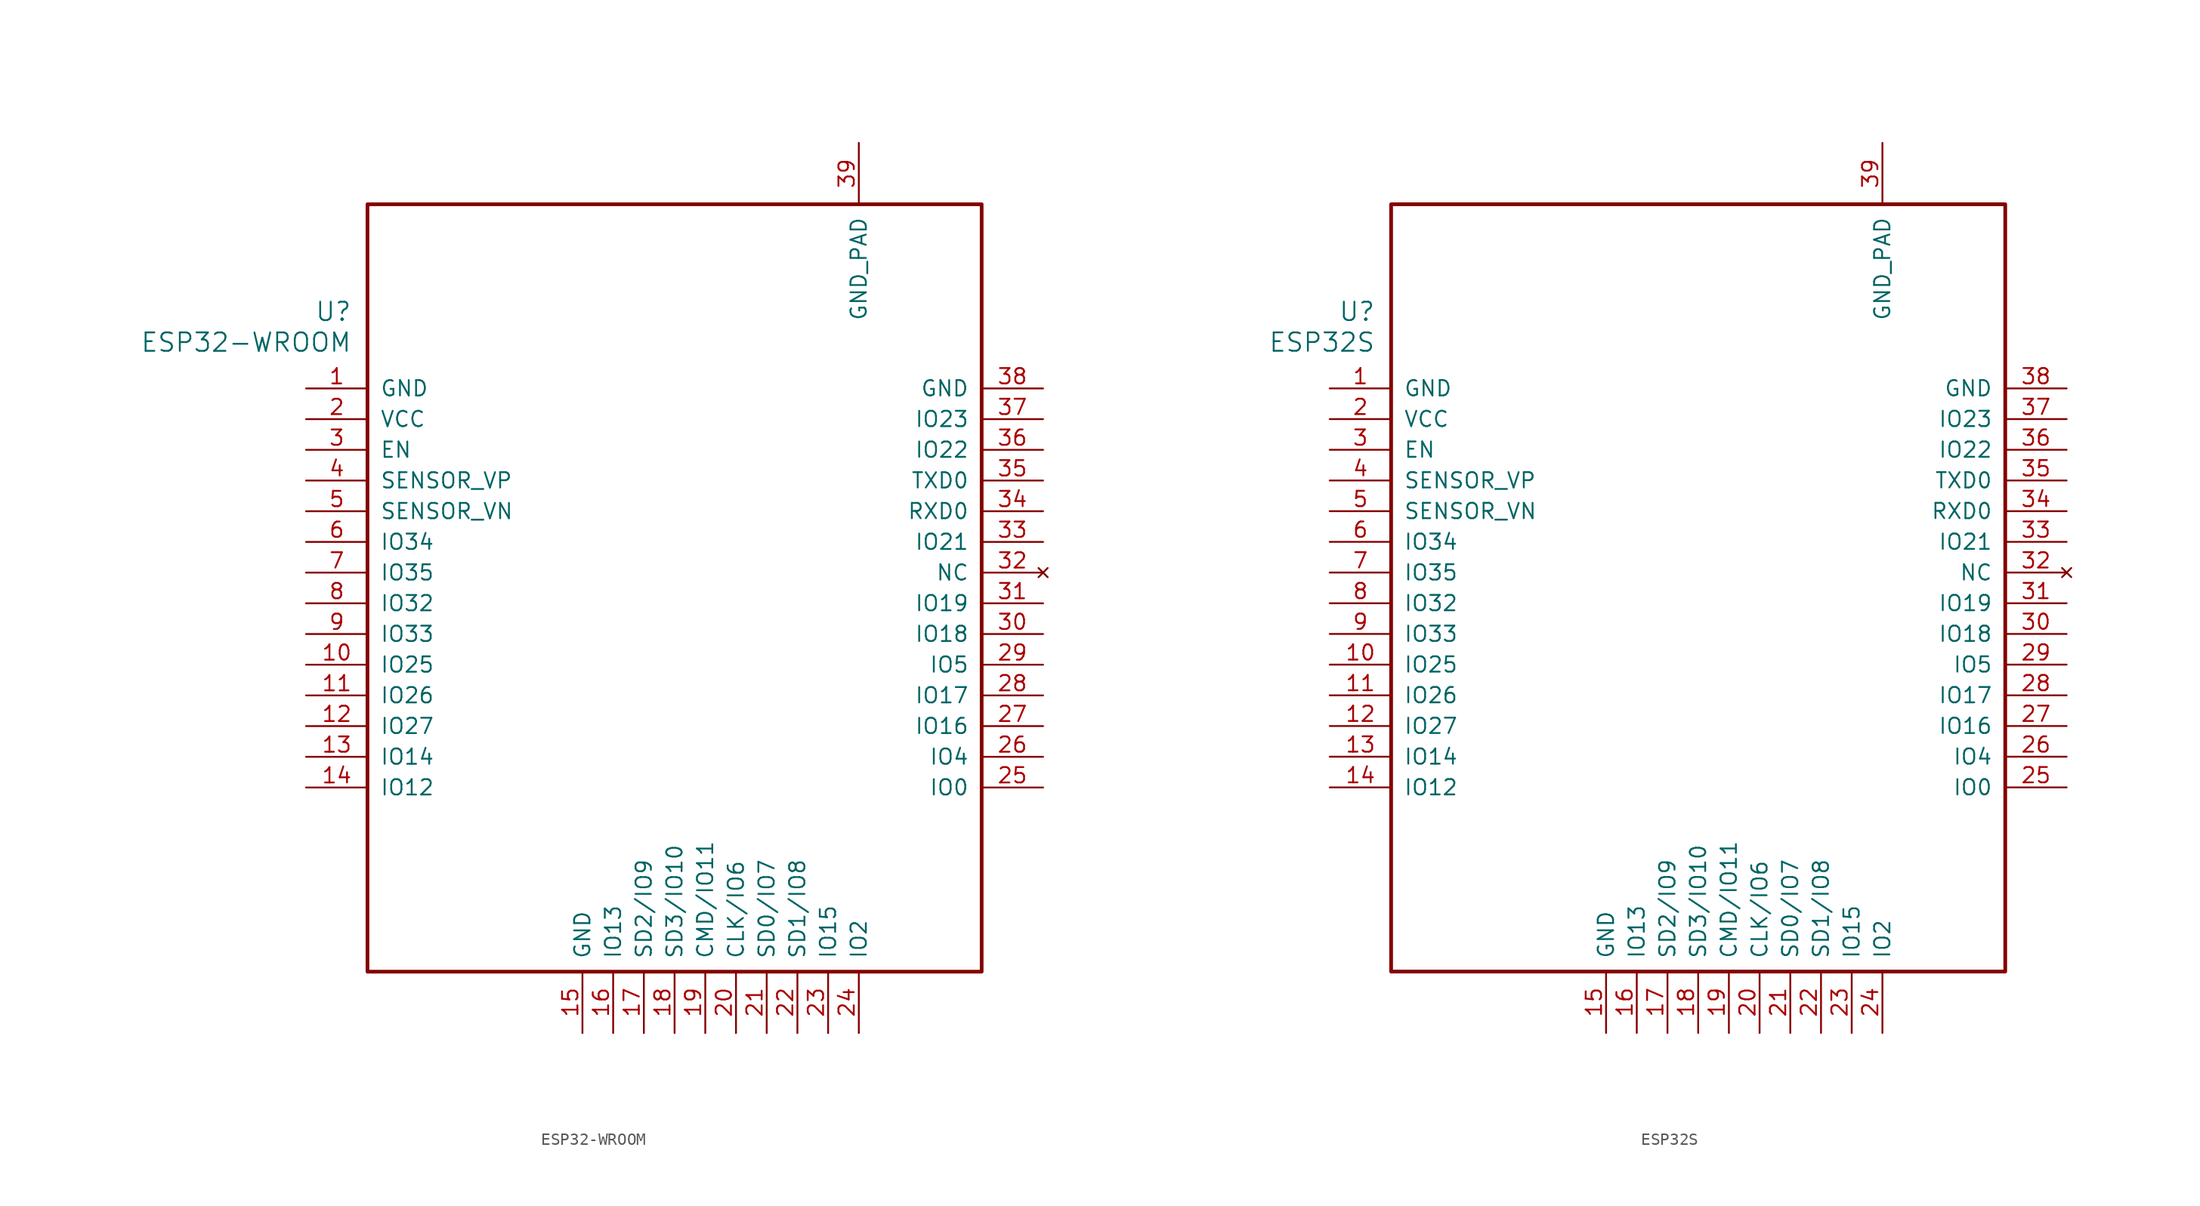
<source format=kicad_sym>
(kicad_symbol_lib
  (version 20201005)
  (generator kicad_symbol_editor)
  (symbol "ESP32-WROOM"
    (pin_names
      (offset 1.016))
    (property "Reference" "U"
      (at 3.81 6.35 0)
      (effects (font (size 1.524 1.524)) (justify right)))
    (property "Value" "ESP32-WROOM"
      (at 3.81 3.81 0)
      (effects (font (size 1.524 1.524)) (justify right)))
    (property "ki_locked" ""
      (at 0 0 0)
      (effects (font (size 1.27 1.27))))
    (symbol "ESP32-WROOM_1_1"
      (rectangle (start 5.08 15.24) (end 55.88 -48.26) (stroke (width 0.305)) (fill (type none)))
      (pin power_in line (at 45.72 20.32 270) (length 5.08) (name "GND_PAD" (effects (font (size 1.27 1.27)))) (number "39" (effects (font (size 1.27 1.27)))))
      (pin bidirectional line (at 60.96 -33.02 180) (length 5.08) (name "IO0" (effects (font (size 1.27 1.27)))) (number "25" (effects (font (size 1.27 1.27)))))
      (pin bidirectional line (at 60.96 -30.48 180) (length 5.08) (name "IO4" (effects (font (size 1.27 1.27)))) (number "26" (effects (font (size 1.27 1.27)))))
      (pin bidirectional line (at 60.96 -27.94 180) (length 5.08) (name "IO16" (effects (font (size 1.27 1.27)))) (number "27" (effects (font (size 1.27 1.27)))))
      (pin bidirectional line (at 60.96 -25.4 180) (length 5.08) (name "IO17" (effects (font (size 1.27 1.27)))) (number "28" (effects (font (size 1.27 1.27)))))
      (pin bidirectional line (at 60.96 -22.86 180) (length 5.08) (name "IO5" (effects (font (size 1.27 1.27)))) (number "29" (effects (font (size 1.27 1.27)))))
      (pin bidirectional line (at 60.96 -20.32 180) (length 5.08) (name "IO18" (effects (font (size 1.27 1.27)))) (number "30" (effects (font (size 1.27 1.27)))))
      (pin bidirectional line (at 60.96 -17.78 180) (length 5.08) (name "IO19" (effects (font (size 1.27 1.27)))) (number "31" (effects (font (size 1.27 1.27)))))
      (pin unconnected line (at 60.96 -15.24 180) (length 5.08) (name "NC" (effects (font (size 1.27 1.27)))) (number "32" (effects (font (size 1.27 1.27)))))
      (pin bidirectional line (at 60.96 -12.7 180) (length 5.08) (name "IO21" (effects (font (size 1.27 1.27)))) (number "33" (effects (font (size 1.27 1.27)))))
      (pin bidirectional line (at 60.96 -10.16 180) (length 5.08) (name "RXD0" (effects (font (size 1.27 1.27)))) (number "34" (effects (font (size 1.27 1.27)))))
      (pin bidirectional line (at 60.96 -7.62 180) (length 5.08) (name "TXD0" (effects (font (size 1.27 1.27)))) (number "35" (effects (font (size 1.27 1.27)))))
      (pin bidirectional line (at 60.96 -5.08 180) (length 5.08) (name "IO22" (effects (font (size 1.27 1.27)))) (number "36" (effects (font (size 1.27 1.27)))))
      (pin bidirectional line (at 60.96 -2.54 180) (length 5.08) (name "IO23" (effects (font (size 1.27 1.27)))) (number "37" (effects (font (size 1.27 1.27)))))
      (pin power_in line (at 60.96 0 180) (length 5.08) (name "GND" (effects (font (size 1.27 1.27)))) (number "38" (effects (font (size 1.27 1.27)))))
      (pin power_in line (at 22.86 -53.34 90) (length 5.08) (name "GND" (effects (font (size 1.27 1.27)))) (number "15" (effects (font (size 1.27 1.27)))))
      (pin bidirectional line (at 25.4 -53.34 90) (length 5.08) (name "IO13" (effects (font (size 1.27 1.27)))) (number "16" (effects (font (size 1.27 1.27)))))
      (pin bidirectional line (at 27.94 -53.34 90) (length 5.08) (name "SD2/IO9" (effects (font (size 1.27 1.27)))) (number "17" (effects (font (size 1.27 1.27)))))
      (pin bidirectional line (at 30.48 -53.34 90) (length 5.08) (name "SD3/IO10" (effects (font (size 1.27 1.27)))) (number "18" (effects (font (size 1.27 1.27)))))
      (pin bidirectional line (at 33.02 -53.34 90) (length 5.08) (name "CMD/IO11" (effects (font (size 1.27 1.27)))) (number "19" (effects (font (size 1.27 1.27)))))
      (pin bidirectional line (at 35.56 -53.34 90) (length 5.08) (name "CLK/IO6" (effects (font (size 1.27 1.27)))) (number "20" (effects (font (size 1.27 1.27)))))
      (pin bidirectional line (at 38.1 -53.34 90) (length 5.08) (name "SD0/IO7" (effects (font (size 1.27 1.27)))) (number "21" (effects (font (size 1.27 1.27)))))
      (pin bidirectional line (at 40.64 -53.34 90) (length 5.08) (name "SD1/IO8" (effects (font (size 1.27 1.27)))) (number "22" (effects (font (size 1.27 1.27)))))
      (pin bidirectional line (at 43.18 -53.34 90) (length 5.08) (name "IO15" (effects (font (size 1.27 1.27)))) (number "23" (effects (font (size 1.27 1.27)))))
      (pin bidirectional line (at 45.72 -53.34 90) (length 5.08) (name "IO2" (effects (font (size 1.27 1.27)))) (number "24" (effects (font (size 1.27 1.27)))))
      (pin power_in line (at 0 0 0) (length 5.08) (name "GND" (effects (font (size 1.27 1.27)))) (number "1" (effects (font (size 1.27 1.27)))))
      (pin power_in line (at 0 -2.54 0) (length 5.08) (name "VCC" (effects (font (size 1.27 1.27)))) (number "2" (effects (font (size 1.27 1.27)))))
      (pin input line (at 0 -5.08 0) (length 5.08) (name "EN" (effects (font (size 1.27 1.27)))) (number "3" (effects (font (size 1.27 1.27)))))
      (pin input line (at 0 -7.62 0) (length 5.08) (name "SENSOR_VP" (effects (font (size 1.27 1.27)))) (number "4" (effects (font (size 1.27 1.27)))))
      (pin input line (at 0 -10.16 0) (length 5.08) (name "SENSOR_VN" (effects (font (size 1.27 1.27)))) (number "5" (effects (font (size 1.27 1.27)))))
      (pin bidirectional line (at 0 -12.7 0) (length 5.08) (name "IO34" (effects (font (size 1.27 1.27)))) (number "6" (effects (font (size 1.27 1.27)))))
      (pin bidirectional line (at 0 -15.24 0) (length 5.08) (name "IO35" (effects (font (size 1.27 1.27)))) (number "7" (effects (font (size 1.27 1.27)))))
      (pin bidirectional line (at 0 -17.78 0) (length 5.08) (name "IO32" (effects (font (size 1.27 1.27)))) (number "8" (effects (font (size 1.27 1.27)))))
      (pin bidirectional line (at 0 -20.32 0) (length 5.08) (name "IO33" (effects (font (size 1.27 1.27)))) (number "9" (effects (font (size 1.27 1.27)))))
      (pin bidirectional line (at 0 -22.86 0) (length 5.08) (name "IO25" (effects (font (size 1.27 1.27)))) (number "10" (effects (font (size 1.27 1.27)))))
      (pin input line (at 0 -25.4 0) (length 5.08) (name "IO26" (effects (font (size 1.27 1.27)))) (number "11" (effects (font (size 1.27 1.27)))))
      (pin bidirectional line (at 0 -27.94 0) (length 5.08) (name "IO27" (effects (font (size 1.27 1.27)))) (number "12" (effects (font (size 1.27 1.27)))))
      (pin bidirectional line (at 0 -30.48 0) (length 5.08) (name "IO14" (effects (font (size 1.27 1.27)))) (number "13" (effects (font (size 1.27 1.27)))))
      (pin bidirectional line (at 0 -33.02 0) (length 5.08) (name "IO12" (effects (font (size 1.27 1.27)))) (number "14" (effects (font (size 1.27 1.27)))))))
  (symbol "ESP32S"
    (pin_names
      (offset 1.016))
    (property "Reference" "U"
      (at 3.81 6.35 0)
      (effects (font (size 1.524 1.524)) (justify right)))
    (property "Value" "ESP32S"
      (at 3.81 3.81 0)
      (effects (font (size 1.524 1.524)) (justify right)))
    (property "ki_locked" ""
      (at 0 0 0)
      (effects (font (size 1.27 1.27))))
    (symbol "ESP32S_1_1"
      (rectangle (start 5.08 15.24) (end 55.88 -48.26) (stroke (width 0.305)) (fill (type none)))
      (pin power_in line (at 45.72 20.32 270) (length 5.08) (name "GND_PAD" (effects (font (size 1.27 1.27)))) (number "39" (effects (font (size 1.27 1.27)))))
      (pin bidirectional line (at 60.96 -33.02 180) (length 5.08) (name "IO0" (effects (font (size 1.27 1.27)))) (number "25" (effects (font (size 1.27 1.27)))))
      (pin bidirectional line (at 60.96 -30.48 180) (length 5.08) (name "IO4" (effects (font (size 1.27 1.27)))) (number "26" (effects (font (size 1.27 1.27)))))
      (pin bidirectional line (at 60.96 -27.94 180) (length 5.08) (name "IO16" (effects (font (size 1.27 1.27)))) (number "27" (effects (font (size 1.27 1.27)))))
      (pin bidirectional line (at 60.96 -25.4 180) (length 5.08) (name "IO17" (effects (font (size 1.27 1.27)))) (number "28" (effects (font (size 1.27 1.27)))))
      (pin bidirectional line (at 60.96 -22.86 180) (length 5.08) (name "IO5" (effects (font (size 1.27 1.27)))) (number "29" (effects (font (size 1.27 1.27)))))
      (pin bidirectional line (at 60.96 -20.32 180) (length 5.08) (name "IO18" (effects (font (size 1.27 1.27)))) (number "30" (effects (font (size 1.27 1.27)))))
      (pin bidirectional line (at 60.96 -17.78 180) (length 5.08) (name "IO19" (effects (font (size 1.27 1.27)))) (number "31" (effects (font (size 1.27 1.27)))))
      (pin unconnected line (at 60.96 -15.24 180) (length 5.08) (name "NC" (effects (font (size 1.27 1.27)))) (number "32" (effects (font (size 1.27 1.27)))))
      (pin bidirectional line (at 60.96 -12.7 180) (length 5.08) (name "IO21" (effects (font (size 1.27 1.27)))) (number "33" (effects (font (size 1.27 1.27)))))
      (pin bidirectional line (at 60.96 -10.16 180) (length 5.08) (name "RXD0" (effects (font (size 1.27 1.27)))) (number "34" (effects (font (size 1.27 1.27)))))
      (pin bidirectional line (at 60.96 -7.62 180) (length 5.08) (name "TXD0" (effects (font (size 1.27 1.27)))) (number "35" (effects (font (size 1.27 1.27)))))
      (pin bidirectional line (at 60.96 -5.08 180) (length 5.08) (name "IO22" (effects (font (size 1.27 1.27)))) (number "36" (effects (font (size 1.27 1.27)))))
      (pin bidirectional line (at 60.96 -2.54 180) (length 5.08) (name "IO23" (effects (font (size 1.27 1.27)))) (number "37" (effects (font (size 1.27 1.27)))))
      (pin power_in line (at 60.96 0 180) (length 5.08) (name "GND" (effects (font (size 1.27 1.27)))) (number "38" (effects (font (size 1.27 1.27)))))
      (pin power_in line (at 22.86 -53.34 90) (length 5.08) (name "GND" (effects (font (size 1.27 1.27)))) (number "15" (effects (font (size 1.27 1.27)))))
      (pin bidirectional line (at 25.4 -53.34 90) (length 5.08) (name "IO13" (effects (font (size 1.27 1.27)))) (number "16" (effects (font (size 1.27 1.27)))))
      (pin bidirectional line (at 27.94 -53.34 90) (length 5.08) (name "SD2/IO9" (effects (font (size 1.27 1.27)))) (number "17" (effects (font (size 1.27 1.27)))))
      (pin bidirectional line (at 30.48 -53.34 90) (length 5.08) (name "SD3/IO10" (effects (font (size 1.27 1.27)))) (number "18" (effects (font (size 1.27 1.27)))))
      (pin bidirectional line (at 33.02 -53.34 90) (length 5.08) (name "CMD/IO11" (effects (font (size 1.27 1.27)))) (number "19" (effects (font (size 1.27 1.27)))))
      (pin bidirectional line (at 35.56 -53.34 90) (length 5.08) (name "CLK/IO6" (effects (font (size 1.27 1.27)))) (number "20" (effects (font (size 1.27 1.27)))))
      (pin bidirectional line (at 38.1 -53.34 90) (length 5.08) (name "SD0/IO7" (effects (font (size 1.27 1.27)))) (number "21" (effects (font (size 1.27 1.27)))))
      (pin bidirectional line (at 40.64 -53.34 90) (length 5.08) (name "SD1/IO8" (effects (font (size 1.27 1.27)))) (number "22" (effects (font (size 1.27 1.27)))))
      (pin bidirectional line (at 43.18 -53.34 90) (length 5.08) (name "IO15" (effects (font (size 1.27 1.27)))) (number "23" (effects (font (size 1.27 1.27)))))
      (pin bidirectional line (at 45.72 -53.34 90) (length 5.08) (name "IO2" (effects (font (size 1.27 1.27)))) (number "24" (effects (font (size 1.27 1.27)))))
      (pin power_in line (at 0 0 0) (length 5.08) (name "GND" (effects (font (size 1.27 1.27)))) (number "1" (effects (font (size 1.27 1.27)))))
      (pin power_in line (at 0 -2.54 0) (length 5.08) (name "VCC" (effects (font (size 1.27 1.27)))) (number "2" (effects (font (size 1.27 1.27)))))
      (pin input line (at 0 -5.08 0) (length 5.08) (name "EN" (effects (font (size 1.27 1.27)))) (number "3" (effects (font (size 1.27 1.27)))))
      (pin input line (at 0 -7.62 0) (length 5.08) (name "SENSOR_VP" (effects (font (size 1.27 1.27)))) (number "4" (effects (font (size 1.27 1.27)))))
      (pin input line (at 0 -10.16 0) (length 5.08) (name "SENSOR_VN" (effects (font (size 1.27 1.27)))) (number "5" (effects (font (size 1.27 1.27)))))
      (pin bidirectional line (at 0 -12.7 0) (length 5.08) (name "IO34" (effects (font (size 1.27 1.27)))) (number "6" (effects (font (size 1.27 1.27)))))
      (pin bidirectional line (at 0 -15.24 0) (length 5.08) (name "IO35" (effects (font (size 1.27 1.27)))) (number "7" (effects (font (size 1.27 1.27)))))
      (pin bidirectional line (at 0 -17.78 0) (length 5.08) (name "IO32" (effects (font (size 1.27 1.27)))) (number "8" (effects (font (size 1.27 1.27)))))
      (pin bidirectional line (at 0 -20.32 0) (length 5.08) (name "IO33" (effects (font (size 1.27 1.27)))) (number "9" (effects (font (size 1.27 1.27)))))
      (pin bidirectional line (at 0 -22.86 0) (length 5.08) (name "IO25" (effects (font (size 1.27 1.27)))) (number "10" (effects (font (size 1.27 1.27)))))
      (pin input line (at 0 -25.4 0) (length 5.08) (name "IO26" (effects (font (size 1.27 1.27)))) (number "11" (effects (font (size 1.27 1.27)))))
      (pin bidirectional line (at 0 -27.94 0) (length 5.08) (name "IO27" (effects (font (size 1.27 1.27)))) (number "12" (effects (font (size 1.27 1.27)))))
      (pin bidirectional line (at 0 -30.48 0) (length 5.08) (name "IO14" (effects (font (size 1.27 1.27)))) (number "13" (effects (font (size 1.27 1.27)))))
      (pin bidirectional line (at 0 -33.02 0) (length 5.08) (name "IO12" (effects (font (size 1.27 1.27)))) (number "14" (effects (font (size 1.27 1.27))))))))
</source>
